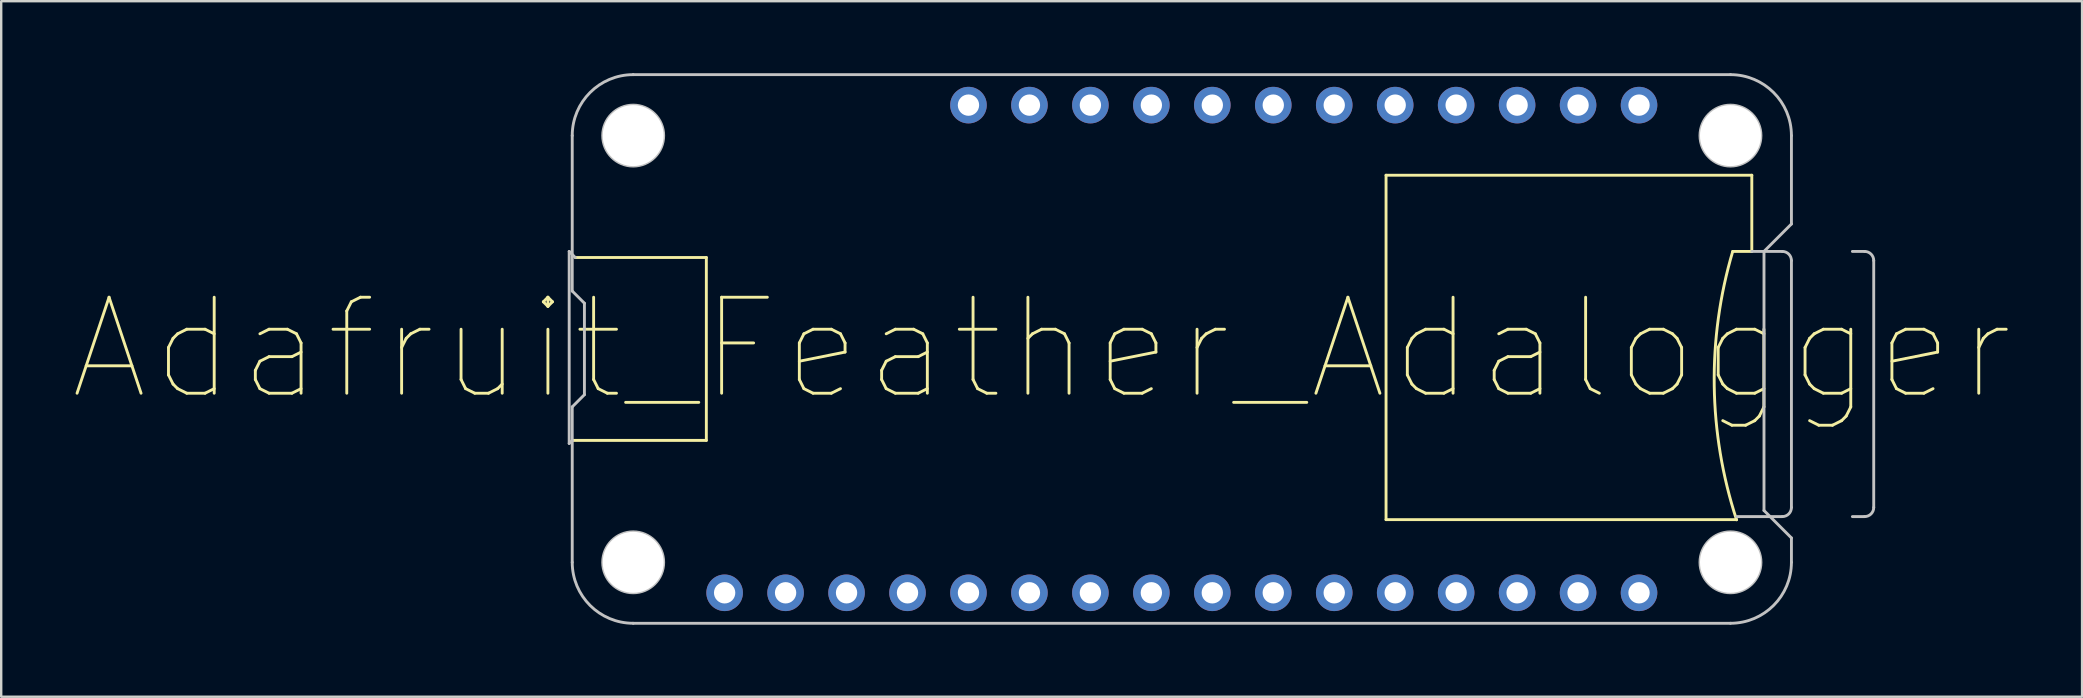
<source format=kicad_pcb>
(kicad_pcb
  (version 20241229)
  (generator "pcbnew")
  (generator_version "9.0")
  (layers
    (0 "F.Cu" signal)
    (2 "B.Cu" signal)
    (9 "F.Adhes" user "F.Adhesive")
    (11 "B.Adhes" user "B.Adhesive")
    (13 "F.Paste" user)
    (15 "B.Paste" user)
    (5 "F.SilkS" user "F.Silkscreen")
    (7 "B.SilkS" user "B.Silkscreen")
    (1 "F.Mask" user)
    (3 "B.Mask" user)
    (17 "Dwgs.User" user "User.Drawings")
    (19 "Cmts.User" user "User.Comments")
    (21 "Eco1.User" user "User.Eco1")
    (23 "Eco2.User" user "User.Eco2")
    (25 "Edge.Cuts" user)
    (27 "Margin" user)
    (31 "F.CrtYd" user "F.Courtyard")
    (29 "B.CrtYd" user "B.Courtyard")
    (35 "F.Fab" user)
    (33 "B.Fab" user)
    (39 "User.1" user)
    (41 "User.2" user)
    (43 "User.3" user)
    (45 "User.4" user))
  (footprint "Adafruit_Feather_Adalogger"
    (layer "F.Cu")
    (at 46.193 11.49)
    (property "Reference" "Adafruit_Feather_Adalogger" (at -5.842 0 0) (layer "F.SilkS") (effects (font (size 4 4) (thickness 0.12))))
    (attr through_hole)
    (fp_line (start -25.273 -3.81) (end -19.812 -3.81) (stroke (width 0.12) (type solid)) (layer "F.SilkS"))
    (fp_line (start -19.812 -3.81) (end -19.812 3.81) (stroke (width 0.12) (type solid)) (layer "F.SilkS"))
    (fp_line (start -19.812 3.81) (end -25.4 3.81) (stroke (width 0.12) (type solid)) (layer "F.SilkS"))
    (fp_line (start 8.509 -7.239) (end 23.749 -7.239) (stroke (width 0.12) (type solid)) (layer "F.SilkS"))
    (fp_line (start 8.509 7.112) (end 8.509 -7.239) (stroke (width 0.12) (type solid)) (layer "F.SilkS"))
    (fp_line (start 23.114 7.112) (end 8.509 7.112) (stroke (width 0.12) (type solid)) (layer "F.SilkS"))
    (fp_line (start 23.749 -7.239) (end 23.749 -4.064) (stroke (width 0.12) (type solid)) (layer "F.SilkS"))
    (fp_line (start 23.749 -4.064) (end 22.954 -4.064) (stroke (width 0.12) (type solid)) (layer "F.SilkS"))
    (fp_arc (start 23.114 7.118467) (mid 22.183419 1.539419) (end 22.953784 -4.063999) (stroke (width 0.12) (type solid)) (layer "F.SilkS"))
    (fp_line (start -25.527 -4.064) (end -25.273 -3.81) (stroke (width 0.12) (type solid)) (layer "Dwgs.User"))
    (fp_line (start -25.527 3.937) (end -25.527 -4.064) (stroke (width 0.12) (type solid)) (layer "Dwgs.User"))
    (fp_line (start -25.4 -2.413) (end -25.4 -8.89) (stroke (width 0.12) (type solid)) (layer "Dwgs.User"))
    (fp_line (start -25.4 -2.413) (end -24.892 -1.905) (stroke (width 0.12) (type solid)) (layer "Dwgs.User"))
    (fp_line (start -25.4 3.81) (end -25.527 3.937) (stroke (width 0.12) (type solid)) (layer "Dwgs.User"))
    (fp_line (start -25.4 8.89) (end -25.4 2.413) (stroke (width 0.12) (type solid)) (layer "Dwgs.User"))
    (fp_line (start -24.892 -1.905) (end -24.892 1.905) (stroke (width 0.12) (type solid)) (layer "Dwgs.User"))
    (fp_line (start -24.892 1.905) (end -25.4 2.413) (stroke (width 0.12) (type solid)) (layer "Dwgs.User"))
    (fp_line (start -22.86 -11.43) (end 22.86 -11.43) (stroke (width 0.12) (type solid)) (layer "Dwgs.User"))
    (fp_line (start 22.86 11.43) (end -22.86 11.43) (stroke (width 0.12) (type solid)) (layer "Dwgs.User"))
    (fp_line (start 24.257 -4.064) (end 24.257 6.731) (stroke (width 0.12) (type solid)) (layer "Dwgs.User"))
    (fp_line (start 24.257 6.731) (end 25.4 7.874) (stroke (width 0.12) (type solid)) (layer "Dwgs.User"))
    (fp_line (start 25.019 -4.064) (end 23.749 -4.064) (stroke (width 0.12) (type solid)) (layer "Dwgs.User"))
    (fp_line (start 25.019 6.985) (end 23.114 6.985) (stroke (width 0.12) (type solid)) (layer "Dwgs.User"))
    (fp_line (start 25.4 -8.89) (end 25.4 -5.207) (stroke (width 0.12) (type solid)) (layer "Dwgs.User"))
    (fp_line (start 25.4 -5.207) (end 24.257 -4.064) (stroke (width 0.12) (type solid)) (layer "Dwgs.User"))
    (fp_line (start 25.4 6.604) (end 25.4 -3.683) (stroke (width 0.12) (type solid)) (layer "Dwgs.User"))
    (fp_line (start 25.4 7.874) (end 25.4 8.89) (stroke (width 0.12) (type solid)) (layer "Dwgs.User"))
    (fp_line (start 28.448 -4.064) (end 27.94 -4.064) (stroke (width 0.12) (type solid)) (layer "Dwgs.User"))
    (fp_line (start 28.448 6.985) (end 27.94 6.985) (stroke (width 0.12) (type solid)) (layer "Dwgs.User"))
    (fp_line (start 28.829 6.604) (end 28.829 -3.683) (stroke (width 0.12) (type solid)) (layer "Dwgs.User"))
    (fp_arc (start -25.4 -8.89) (mid -24.656051 -10.686051) (end -22.86 -11.43) (stroke (width 0.12) (type solid)) (layer "Dwgs.User"))
    (fp_arc (start -22.86 11.43) (mid -24.656051 10.686051) (end -25.4 8.89) (stroke (width 0.12) (type solid)) (layer "Dwgs.User"))
    (fp_arc (start 22.86 -11.43) (mid 24.656051 -10.686051) (end 25.4 -8.89) (stroke (width 0.12) (type solid)) (layer "Dwgs.User"))
    (fp_arc (start 25.019 -4.064) (mid 25.288408 -3.952408) (end 25.4 -3.683) (stroke (width 0.12) (type solid)) (layer "Dwgs.User"))
    (fp_arc (start 25.4 6.604) (mid 25.288408 6.873408) (end 25.019 6.985) (stroke (width 0.12) (type solid)) (layer "Dwgs.User"))
    (fp_arc (start 25.4 8.89) (mid 24.656051 10.686051) (end 22.86 11.43) (stroke (width 0.12) (type solid)) (layer "Dwgs.User"))
    (fp_arc (start 28.448 -4.064) (mid 28.717408 -3.952408) (end 28.829 -3.683) (stroke (width 0.12) (type solid)) (layer "Dwgs.User"))
    (fp_arc (start 28.829 6.604) (mid 28.717408 6.873408) (end 28.448 6.985) (stroke (width 0.12) (type solid)) (layer "Dwgs.User"))
    (fp_circle (center -22.86 -8.89) (end -21.59 -8.89) (stroke (width 0.12) (type solid)) (fill no) (layer "Dwgs.User"))
    (fp_circle (center -22.86 8.89) (end -21.59 8.89) (stroke (width 0.12) (type solid)) (fill no) (layer "Dwgs.User"))
    (fp_circle (center 22.86 -8.89) (end 24.13 -8.89) (stroke (width 0.12) (type solid)) (fill no) (layer "Dwgs.User"))
    (fp_circle (center 22.86 8.89) (end 24.13 8.89) (stroke (width 0.12) (type solid)) (fill no) (layer "Dwgs.User"))
    (pad "" np_thru_hole circle (at -22.86 -8.89) (size 2.54 2.54) (drill 2.54) (layers "*.Cu" "*.Mask"))
    (pad "" np_thru_hole circle (at -22.86 8.89) (size 2.54 2.54) (drill 2.54) (layers "*.Cu" "*.Mask"))
    (pad "" np_thru_hole circle (at 22.86 -8.89) (size 2.54 2.54) (drill 2.54) (layers "*.Cu" "*.Mask"))
    (pad "" np_thru_hole circle (at 22.86 8.89) (size 2.54 2.54) (drill 2.54) (layers "*.Cu" "*.Mask"))
    (pad "1" thru_hole circle (at -19.05 10.16) (size 1.524 1.524) (drill 0.889) (layers "*.Cu" "*.Mask"))
    (pad "2" thru_hole circle (at -16.51 10.16) (size 1.524 1.524) (drill 0.889) (layers "*.Cu" "*.Mask"))
    (pad "3" thru_hole circle (at -13.97 10.16) (size 1.524 1.524) (drill 0.889) (layers "*.Cu" "*.Mask"))
    (pad "4" thru_hole circle (at -11.43 10.16) (size 1.524 1.524) (drill 0.889) (layers "*.Cu" "*.Mask"))
    (pad "5" thru_hole circle (at -8.89 10.16) (size 1.524 1.524) (drill 0.889) (layers "*.Cu" "*.Mask"))
    (pad "6" thru_hole circle (at -6.35 10.16) (size 1.524 1.524) (drill 0.889) (layers "*.Cu" "*.Mask"))
    (pad "7" thru_hole circle (at -3.81 10.16) (size 1.524 1.524) (drill 0.889) (layers "*.Cu" "*.Mask"))
    (pad "8" thru_hole circle (at -1.27 10.16) (size 1.524 1.524) (drill 0.889) (layers "*.Cu" "*.Mask"))
    (pad "9" thru_hole circle (at 1.27 10.16) (size 1.524 1.524) (drill 0.889) (layers "*.Cu" "*.Mask"))
    (pad "10" thru_hole circle (at 3.81 10.16) (size 1.524 1.524) (drill 0.889) (layers "*.Cu" "*.Mask"))
    (pad "11" thru_hole circle (at 6.35 10.16) (size 1.524 1.524) (drill 0.889) (layers "*.Cu" "*.Mask"))
    (pad "12" thru_hole circle (at 8.89 10.16) (size 1.524 1.524) (drill 0.889) (layers "*.Cu" "*.Mask"))
    (pad "13" thru_hole circle (at 11.43 10.16) (size 1.524 1.524) (drill 0.889) (layers "*.Cu" "*.Mask"))
    (pad "14" thru_hole circle (at 13.97 10.16) (size 1.524 1.524) (drill 0.889) (layers "*.Cu" "*.Mask"))
    (pad "15" thru_hole circle (at 16.51 10.16) (size 1.524 1.524) (drill 0.889) (layers "*.Cu" "*.Mask"))
    (pad "16" thru_hole circle (at 19.05 10.16) (size 1.524 1.524) (drill 0.889) (layers "*.Cu" "*.Mask"))
    (pad "17" thru_hole circle (at 19.05 -10.16) (size 1.524 1.524) (drill 0.889) (layers "*.Cu" "*.Mask"))
    (pad "18" thru_hole circle (at 16.51 -10.16) (size 1.524 1.524) (drill 0.889) (layers "*.Cu" "*.Mask"))
    (pad "19" thru_hole circle (at 13.97 -10.16) (size 1.524 1.524) (drill 0.889) (layers "*.Cu" "*.Mask"))
    (pad "20" thru_hole circle (at 11.43 -10.16) (size 1.524 1.524) (drill 0.889) (layers "*.Cu" "*.Mask"))
    (pad "21" thru_hole circle (at 8.89 -10.16) (size 1.524 1.524) (drill 0.889) (layers "*.Cu" "*.Mask"))
    (pad "22" thru_hole circle (at 6.35 -10.16) (size 1.524 1.524) (drill 0.889) (layers "*.Cu" "*.Mask"))
    (pad "23" thru_hole circle (at 3.81 -10.16) (size 1.524 1.524) (drill 0.889) (layers "*.Cu" "*.Mask"))
    (pad "24" thru_hole circle (at 1.27 -10.16) (size 1.524 1.524) (drill 0.889) (layers "*.Cu" "*.Mask"))
    (pad "25" thru_hole circle (at -1.27 -10.16) (size 1.524 1.524) (drill 0.889) (layers "*.Cu" "*.Mask"))
    (pad "26" thru_hole circle (at -3.81 -10.16) (size 1.524 1.524) (drill 0.889) (layers "*.Cu" "*.Mask"))
    (pad "27" thru_hole circle (at -6.35 -10.16) (size 1.524 1.524) (drill 0.889) (layers "*.Cu" "*.Mask"))
    (pad "28" thru_hole circle (at -8.89 -10.16) (size 1.524 1.524) (drill 0.889) (layers "*.Cu" "*.Mask")))
  (gr_rect
    (start -3 -3)
    (end 83.703 25.98)
    (stroke (width 0.1) (type default))
    (fill no)
    (layer "Edge.Cuts")))
</source>
